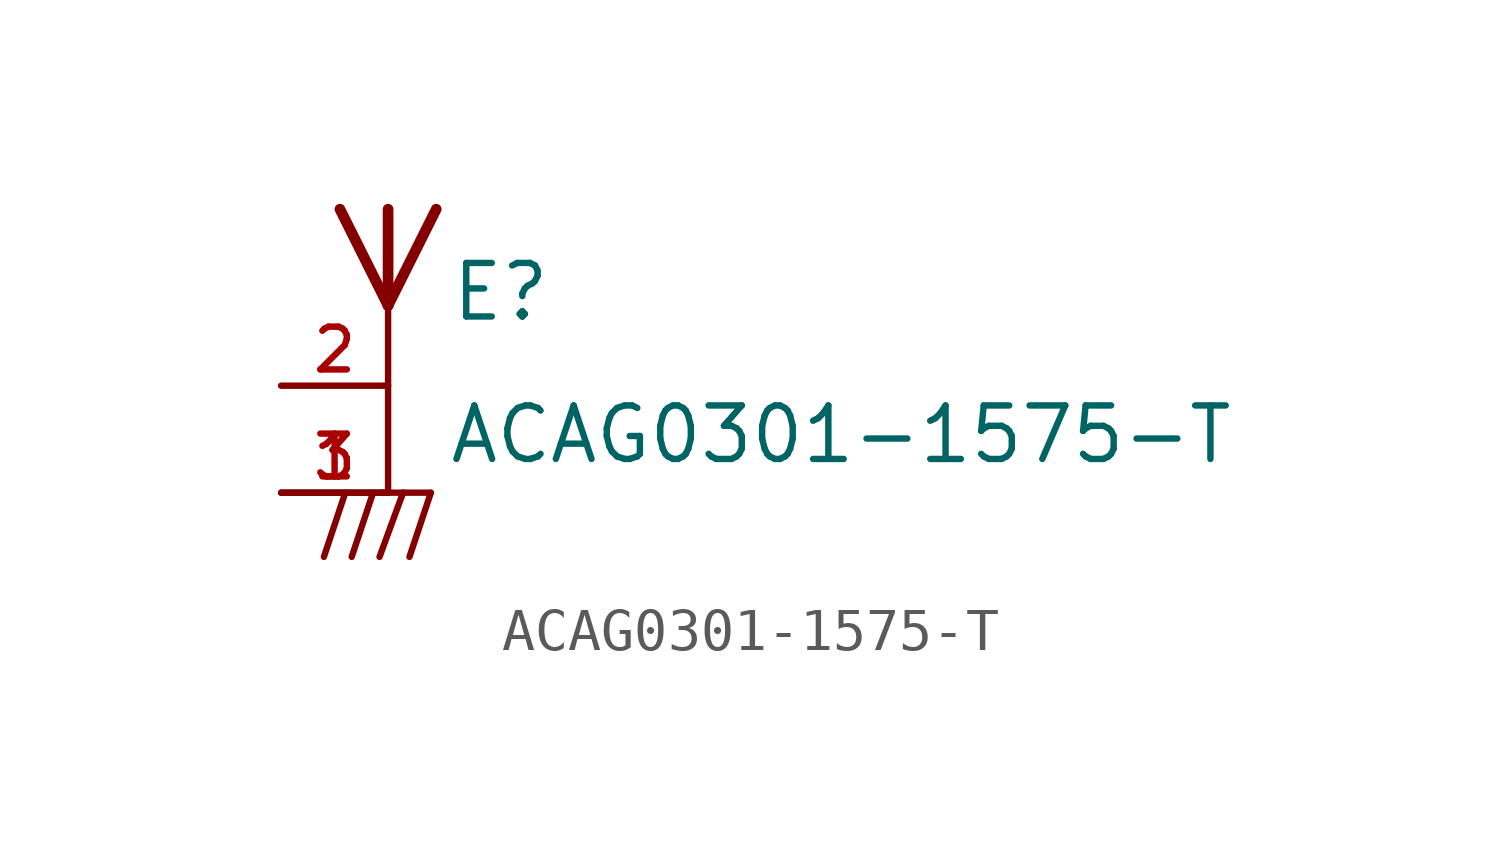
<source format=kicad_sym>
(kicad_symbol_lib
  (version 20211014)
  (generator kicad_symbol_editor)
  (symbol "ACAG0301-1575-T"
    (pin_names
      (offset 1.016))
    (property "Reference" "E"
      (at 1.454 1.481 0)
      (effects (font (size 1.27 1.27)) (justify bottom left)))
    (property "Value" "ACAG0301-1575-T"
      (at 1.403 -1.902 0)
      (effects (font (size 1.27 1.27)) (justify bottom left)))
    (symbol "ACAG0301-1575-T_0_0"
      (polyline (pts (xy 1.143 4.191) (xy 0.0 1.905)) (stroke (width 0.254)))
      (polyline (pts (xy 0.0 1.905) (xy -1.143 4.191)) (stroke (width 0.254)))
      (polyline (pts (xy 0.0 4.191) (xy 0.0 1.93)) (stroke (width 0.254)))
      (polyline (pts (xy 0.0 1.93) (xy 0.0 1.905)) (stroke (width 0.254)))
      (polyline (pts (xy -1.016 -2.54) (xy -1.524 -4.064)) (stroke (width 0.152)))
      (polyline (pts (xy -0.356 -2.54) (xy -0.864 -4.064)) (stroke (width 0.152)))
      (polyline (pts (xy 0.356 -2.54) (xy -0.203 -4.064)) (stroke (width 0.152)))
      (polyline (pts (xy 0.356 -2.54) (xy 1.016 -2.54)) (stroke (width 0.152)))
      (polyline (pts (xy 1.016 -2.54) (xy 0.508 -4.064)) (stroke (width 0.152)))
      (polyline (pts (xy -0.152 -2.54) (xy 0.0 -2.54)) (stroke (width 0.152)))
      (polyline (pts (xy 0.0 -2.54) (xy 0.356 -2.54)) (stroke (width 0.152)))
      (polyline (pts (xy 0.0 1.93) (xy 0.0 -2.54)) (stroke (width 0.152)))
      (pin input line (at -2.54 0.0 0) (length 2.54) (name "~" (effects (font (size 1.016 1.016)))) (number "2" (effects (font (size 1.016 1.016)))))
      (pin power_in line (at -2.54 -2.54 0) (length 2.54) (name "~" (effects (font (size 1.016 1.016)))) (number "1" (effects (font (size 1.016 1.016)))))
      (pin power_in line (at -2.54 -2.54 0) (length 2.54) (name "~" (effects (font (size 1.016 1.016)))) (number "3" (effects (font (size 1.016 1.016))))))))
</source>
